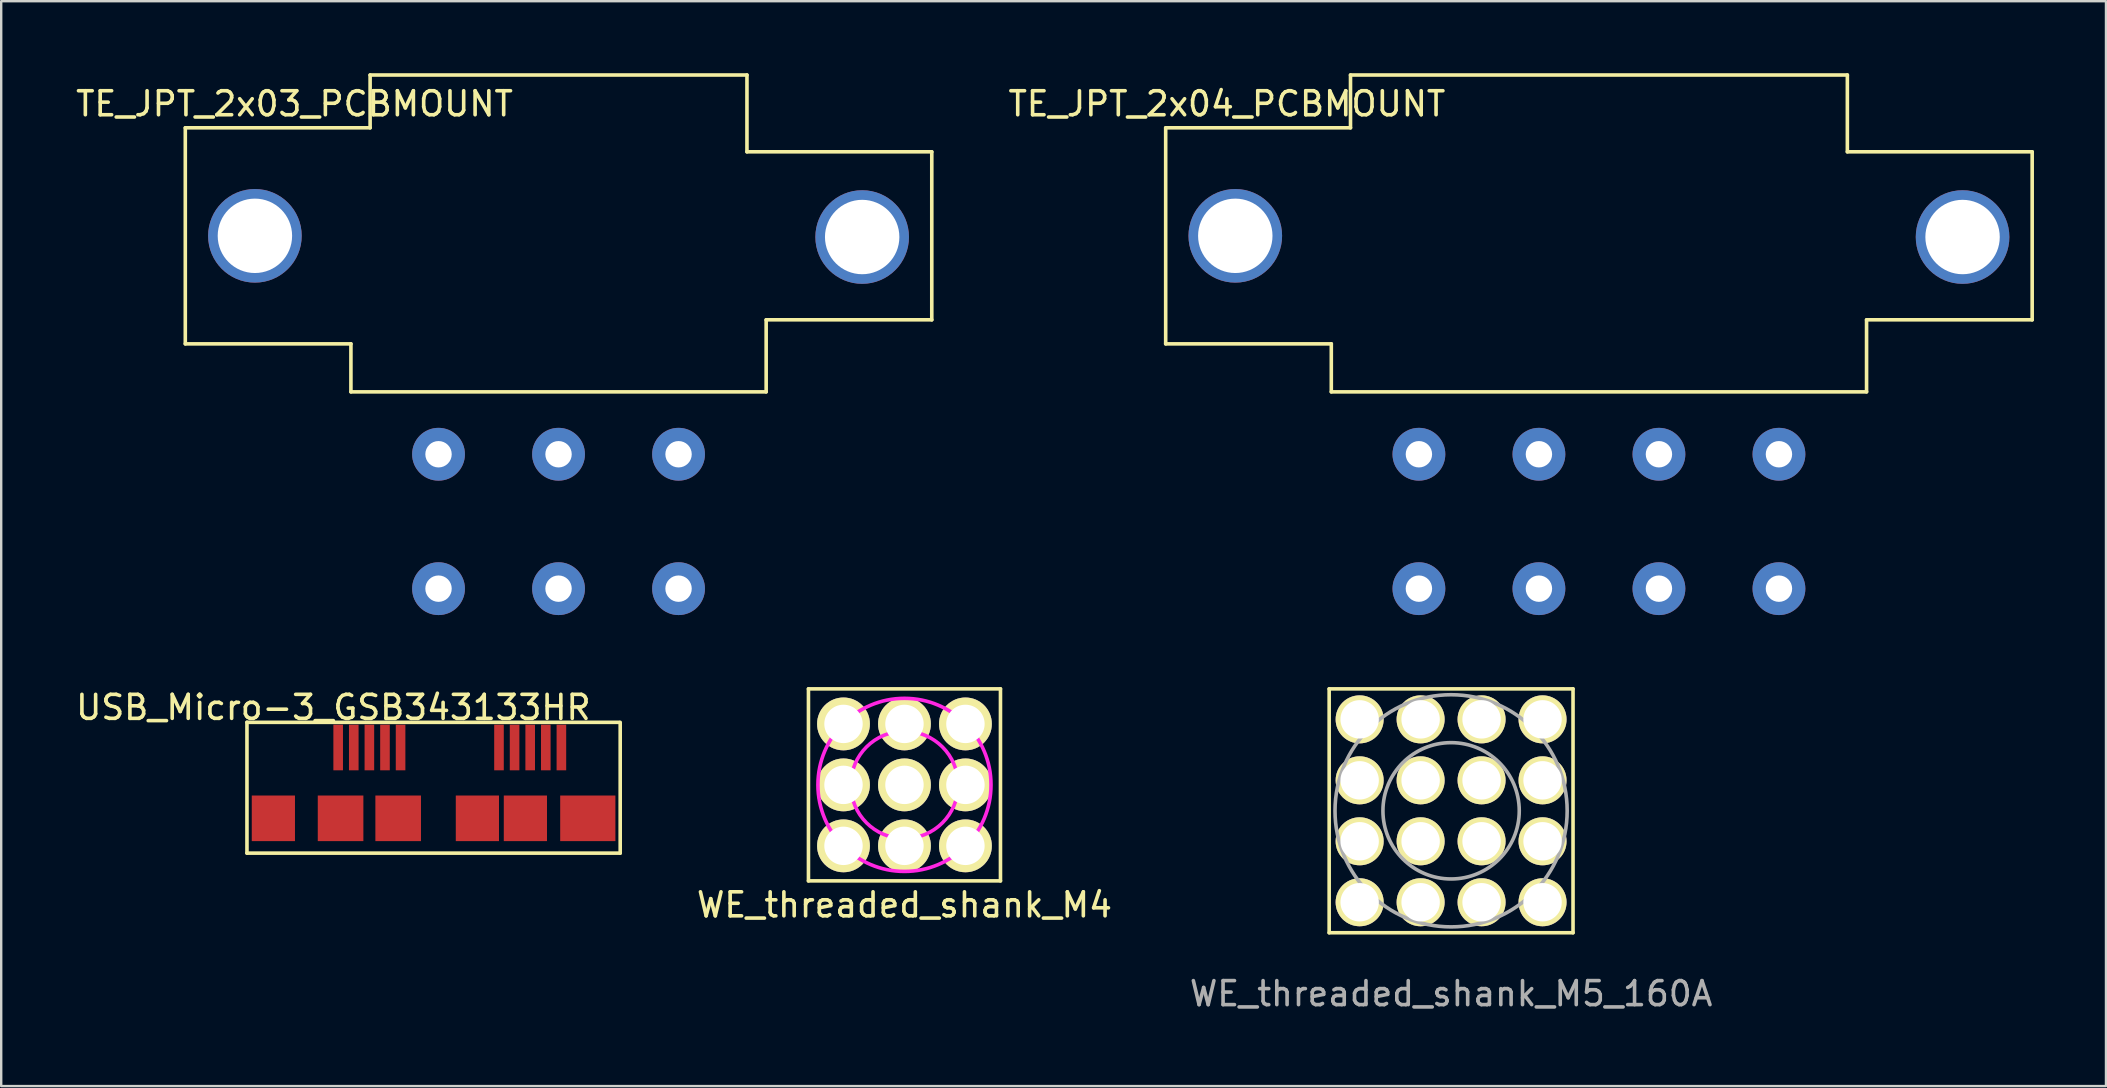
<source format=kicad_pcb>
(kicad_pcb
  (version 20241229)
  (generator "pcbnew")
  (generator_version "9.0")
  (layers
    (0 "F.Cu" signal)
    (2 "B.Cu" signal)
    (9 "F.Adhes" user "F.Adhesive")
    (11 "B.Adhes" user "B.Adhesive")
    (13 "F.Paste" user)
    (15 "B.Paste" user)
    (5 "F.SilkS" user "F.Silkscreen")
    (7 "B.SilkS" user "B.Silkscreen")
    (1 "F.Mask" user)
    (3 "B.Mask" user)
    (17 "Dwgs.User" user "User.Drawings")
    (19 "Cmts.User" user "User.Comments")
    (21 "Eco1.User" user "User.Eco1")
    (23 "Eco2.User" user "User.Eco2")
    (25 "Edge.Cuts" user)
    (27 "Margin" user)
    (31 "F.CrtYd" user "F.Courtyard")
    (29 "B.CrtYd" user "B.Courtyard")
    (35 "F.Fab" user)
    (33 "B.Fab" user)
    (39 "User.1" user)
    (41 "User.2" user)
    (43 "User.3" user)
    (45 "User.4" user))
  (footprint "WE_threaded_shank_M5_160A"
    (layer "F.Cu")
    (at 57.406 30.73)
    (property "Reference" "WE_threaded_shank_M5_160A" (at 0 7.62 0) (layer "F.Fab") (effects (font (size 1 1) (thickness 0.15))))
    (attr through_hole)
    (fp_line (start -5.08 -5.08) (end 5.08 -5.08) (stroke (width 0.15) (type solid)) (layer "F.SilkS"))
    (fp_line (start -5.08 5.08) (end -5.08 -5.08) (stroke (width 0.15) (type solid)) (layer "F.SilkS"))
    (fp_line (start 5.08 -5.08) (end 5.08 5.08) (stroke (width 0.15) (type solid)) (layer "F.SilkS"))
    (fp_line (start 5.08 5.08) (end -5.08 5.08) (stroke (width 0.15) (type solid)) (layer "F.SilkS"))
    (fp_circle (center 0 0) (end 2.54 -1.27) (stroke (width 0.15) (type solid)) (fill no) (layer "F.Fab"))
    (fp_circle (center 0 0) (end 4.445 -1.905) (stroke (width 0.15) (type solid)) (fill no) (layer "F.Fab"))
    (pad "1" thru_hole circle (at -3.81 -3.81) (size 2 2) (drill 1.6) (layers "*.Cu" "*.Mask" "F.SilkS"))
    (pad "1" thru_hole circle (at -3.81 -1.27) (size 2 2) (drill 1.6) (layers "*.Cu" "*.Mask" "F.SilkS"))
    (pad "1" thru_hole circle (at -3.81 1.27) (size 2 2) (drill 1.6) (layers "*.Cu" "*.Mask" "F.SilkS"))
    (pad "1" thru_hole circle (at -3.81 3.81) (size 2 2) (drill 1.6) (layers "*.Cu" "*.Mask" "F.SilkS"))
    (pad "1" thru_hole circle (at -1.27 -3.81) (size 2 2) (drill 1.6) (layers "*.Cu" "*.Mask" "F.SilkS"))
    (pad "1" thru_hole circle (at -1.27 -1.27) (size 2 2) (drill 1.6) (layers "*.Cu" "*.Mask" "F.SilkS"))
    (pad "1" thru_hole circle (at -1.27 1.27) (size 2 2) (drill 1.6) (layers "*.Cu" "*.Mask" "F.SilkS"))
    (pad "1" thru_hole circle (at -1.27 3.81) (size 2 2) (drill 1.6) (layers "*.Cu" "*.Mask" "F.SilkS"))
    (pad "1" thru_hole circle (at 1.27 -3.81) (size 2 2) (drill 1.6) (layers "*.Cu" "*.Mask" "F.SilkS"))
    (pad "1" thru_hole circle (at 1.27 -1.27) (size 2 2) (drill 1.6) (layers "*.Cu" "*.Mask" "F.SilkS"))
    (pad "1" thru_hole circle (at 1.27 1.27) (size 2 2) (drill 1.6) (layers "*.Cu" "*.Mask" "F.SilkS"))
    (pad "1" thru_hole circle (at 1.27 3.81) (size 2 2) (drill 1.6) (layers "*.Cu" "*.Mask" "F.SilkS"))
    (pad "1" thru_hole circle (at 3.81 -3.81) (size 2 2) (drill 1.6) (layers "*.Cu" "*.Mask" "F.SilkS"))
    (pad "1" thru_hole circle (at 3.81 -1.27) (size 2 2) (drill 1.6) (layers "*.Cu" "*.Mask" "F.SilkS"))
    (pad "1" thru_hole circle (at 3.81 1.27) (size 2 2) (drill 1.6) (layers "*.Cu" "*.Mask" "F.SilkS"))
    (pad "1" thru_hole circle (at 3.81 3.81) (size 2 2) (drill 1.6) (layers "*.Cu" "*.Mask" "F.SilkS")))
  (footprint "WE_threaded_shank_M4"
    (layer "F.Cu")
    (at 34.632 29.65)
    (property "Reference" "WE_threaded_shank_M4" (at 0 5 0) (layer "F.SilkS") (effects (font (size 1 1) (thickness 0.15))))
    (attr through_hole)
    (fp_line (start -4 -4) (end 4 -4) (stroke (width 0.15) (type solid)) (layer "F.SilkS"))
    (fp_line (start -4 4) (end -4 -4) (stroke (width 0.15) (type solid)) (layer "F.SilkS"))
    (fp_line (start 4 -4) (end 4 4) (stroke (width 0.15) (type solid)) (layer "F.SilkS"))
    (fp_line (start 4 4) (end -4 4) (stroke (width 0.15) (type solid)) (layer "F.SilkS"))
    (fp_circle (center 0 0) (end 2 -3) (stroke (width 0.15) (type solid)) (fill no) (layer "F.CrtYd"))
    (fp_circle (center 0 0) (end 2 -1) (stroke (width 0.15) (type solid)) (fill no) (layer "F.CrtYd"))
    (pad "1" thru_hole circle (at -2.54 -2.54) (size 2.2 2.2) (drill 1.6) (layers "*.Cu" "*.Mask" "F.SilkS"))
    (pad "1" thru_hole circle (at -2.54 0) (size 2.2 2.2) (drill 1.6) (layers "*.Cu" "*.Mask" "F.SilkS"))
    (pad "1" thru_hole circle (at -2.54 2.54) (size 2.2 2.2) (drill 1.6) (layers "*.Cu" "*.Mask" "F.SilkS"))
    (pad "1" thru_hole circle (at 0 -2.54) (size 2.2 2.2) (drill 1.6) (layers "*.Cu" "*.Mask" "F.SilkS"))
    (pad "1" thru_hole circle (at 0 0) (size 2.2 2.2) (drill 1.6) (layers "*.Cu" "*.Mask" "F.SilkS"))
    (pad "1" thru_hole circle (at 0 2.54) (size 2.2 2.2) (drill 1.6) (layers "*.Cu" "*.Mask" "F.SilkS"))
    (pad "1" thru_hole circle (at 2.54 -2.54) (size 2.2 2.2) (drill 1.6) (layers "*.Cu" "*.Mask" "F.SilkS"))
    (pad "1" thru_hole circle (at 2.54 0) (size 2.2 2.2) (drill 1.6) (layers "*.Cu" "*.Mask" "F.SilkS"))
    (pad "1" thru_hole circle (at 2.54 2.54) (size 2.2 2.2) (drill 1.6) (layers "*.Cu" "*.Mask" "F.SilkS")))
  (footprint "TE_JPT_2x03_PCBMOUNT"
    (layer "F.Cu")
    (at 20.22 6.775)
    (property "Reference" "TE_JPT_2x03_PCBMOUNT" (at -11 -5.5 0) (layer "F.SilkS") (effects (font (size 1 1) (thickness 0.15))))
    (attr through_hole)
    (fp_line (start -15.55 4.5) (end -15.55 -4.5) (stroke (width 0.15) (type solid)) (layer "F.SilkS"))
    (fp_line (start -8.65 4.5) (end -15.55 4.5) (stroke (width 0.15) (type solid)) (layer "F.SilkS"))
    (fp_line (start -8.65 4.5) (end -8.65 6.5) (stroke (width 0.15) (type solid)) (layer "F.SilkS"))
    (fp_line (start -8.65 6.5) (end 8.65 6.5) (stroke (width 0.15) (type solid)) (layer "F.SilkS"))
    (fp_line (start -7.85 -6.7) (end -7.85 -4.5) (stroke (width 0.15) (type solid)) (layer "F.SilkS"))
    (fp_line (start -7.85 -4.5) (end -15.55 -4.5) (stroke (width 0.15) (type solid)) (layer "F.SilkS"))
    (fp_line (start 7.85 -6.7) (end -7.85 -6.7) (stroke (width 0.15) (type solid)) (layer "F.SilkS"))
    (fp_line (start 7.85 -3.5) (end 7.85 -6.7) (stroke (width 0.15) (type solid)) (layer "F.SilkS"))
    (fp_line (start 8.65 3.5) (end 15.55 3.5) (stroke (width 0.15) (type solid)) (layer "F.SilkS"))
    (fp_line (start 8.65 6.5) (end 8.65 3.5) (stroke (width 0.15) (type solid)) (layer "F.SilkS"))
    (fp_line (start 15.55 -3.5) (end 7.85 -3.5) (stroke (width 0.15) (type solid)) (layer "F.SilkS"))
    (fp_line (start 15.55 3.5) (end 15.55 -3.5) (stroke (width 0.15) (type solid)) (layer "F.SilkS"))
    (pad "" np_thru_hole circle (at -12.65 0) (size 3.9 3.9) (drill 3.1) (layers "*.Cu" "*.Mask"))
    (pad "" np_thru_hole circle (at 12.65 0.05) (size 3.9 3.9) (drill 3.1) (layers "*.Cu" "*.Mask"))
    (pad "1" thru_hole circle (at -5 9.1) (size 2.2 2.2) (drill 1.1) (layers "*.Cu" "*.Mask"))
    (pad "2" thru_hole circle (at -5 14.7) (size 2.2 2.2) (drill 1.1) (layers "*.Cu" "*.Mask"))
    (pad "3" thru_hole circle (at 0 9.1) (size 2.2 2.2) (drill 1.1) (layers "*.Cu" "*.Mask"))
    (pad "4" thru_hole circle (at 0 14.7) (size 2.2 2.2) (drill 1.1) (layers "*.Cu" "*.Mask"))
    (pad "5" thru_hole circle (at 5 9.1) (size 2.2 2.2) (drill 1.1) (layers "*.Cu" "*.Mask"))
    (pad "6" thru_hole circle (at 5 14.7) (size 2.2 2.2) (drill 1.1) (layers "*.Cu" "*.Mask")))
  (footprint "TE_JPT_2x04_PCBMOUNT"
    (layer "F.Cu")
    (at 63.565 6.775)
    (property "Reference" "TE_JPT_2x04_PCBMOUNT" (at -15.5 -5.5 0) (layer "F.SilkS") (effects (font (size 1 1) (thickness 0.15))))
    (attr through_hole)
    (fp_line (start -18.05 4.5) (end -18.05 -4.5) (stroke (width 0.15) (type solid)) (layer "F.SilkS"))
    (fp_line (start -11.15 4.5) (end -18.05 4.5) (stroke (width 0.15) (type solid)) (layer "F.SilkS"))
    (fp_line (start -11.15 4.5) (end -11.15 6.5) (stroke (width 0.15) (type solid)) (layer "F.SilkS"))
    (fp_line (start -11.15 6.5) (end 11.15 6.5) (stroke (width 0.15) (type solid)) (layer "F.SilkS"))
    (fp_line (start -10.35 -6.7) (end -10.35 -4.5) (stroke (width 0.15) (type solid)) (layer "F.SilkS"))
    (fp_line (start -10.35 -4.5) (end -18.05 -4.5) (stroke (width 0.15) (type solid)) (layer "F.SilkS"))
    (fp_line (start 10.35 -6.7) (end -10.35 -6.7) (stroke (width 0.15) (type solid)) (layer "F.SilkS"))
    (fp_line (start 10.35 -3.5) (end 10.35 -6.7) (stroke (width 0.15) (type solid)) (layer "F.SilkS"))
    (fp_line (start 11.15 3.5) (end 18.05 3.5) (stroke (width 0.15) (type solid)) (layer "F.SilkS"))
    (fp_line (start 11.15 6.5) (end 11.15 3.5) (stroke (width 0.15) (type solid)) (layer "F.SilkS"))
    (fp_line (start 18.05 -3.5) (end 10.35 -3.5) (stroke (width 0.15) (type solid)) (layer "F.SilkS"))
    (fp_line (start 18.05 3.5) (end 18.05 -3.5) (stroke (width 0.15) (type solid)) (layer "F.SilkS"))
    (pad "" np_thru_hole circle (at -15.15 0) (size 3.9 3.9) (drill 3.1) (layers "*.Cu" "*.Mask"))
    (pad "" np_thru_hole circle (at 15.15 0.05) (size 3.9 3.9) (drill 3.1) (layers "*.Cu" "*.Mask"))
    (pad "1" thru_hole circle (at -7.5 9.1) (size 2.2 2.2) (drill 1.1) (layers "*.Cu" "*.Mask"))
    (pad "2" thru_hole circle (at -7.5 14.7) (size 2.2 2.2) (drill 1.1) (layers "*.Cu" "*.Mask"))
    (pad "3" thru_hole circle (at -2.5 9.1) (size 2.2 2.2) (drill 1.1) (layers "*.Cu" "*.Mask"))
    (pad "4" thru_hole circle (at -2.5 14.7) (size 2.2 2.2) (drill 1.1) (layers "*.Cu" "*.Mask"))
    (pad "5" thru_hole circle (at 2.5 9.1) (size 2.2 2.2) (drill 1.1) (layers "*.Cu" "*.Mask"))
    (pad "6" thru_hole circle (at 2.5 14.7) (size 2.2 2.2) (drill 1.1) (layers "*.Cu" "*.Mask"))
    (pad "7" thru_hole circle (at 7.5 9.1) (size 2.2 2.2) (drill 1.1) (layers "*.Cu" "*.Mask"))
    (pad "8" thru_hole circle (at 7.5 14.7) (size 2.2 2.2) (drill 1.1) (layers "*.Cu" "*.Mask")))
  (footprint "USB_Micro-3_GSB343133HR"
    (layer "F.Cu")
    (at 12.339 31.043)
    (property "Reference" "USB_Micro-3_GSB343133HR" (at -1.5 -4.62 0) (layer "F.SilkS") (effects (font (size 1 1) (thickness 0.15))))
    (attr smd)
    (fp_line (start -5.1 -4) (end 10.4 -4) (stroke (width 0.15) (type solid)) (layer "F.SilkS"))
    (fp_line (start -5.1 1.45) (end -5.1 -4) (stroke (width 0.15) (type solid)) (layer "F.SilkS"))
    (fp_line (start -5.1 1.45) (end 10.45 1.45) (stroke (width 0.15) (type solid)) (layer "F.SilkS"))
    (fp_line (start 10.45 -4) (end 10.45 1.45) (stroke (width 0.15) (type solid)) (layer "F.SilkS"))
    (pad "1" smd rect (at -1.3 -2.95 90) (size 1.9 0.4) (layers "F.Cu" "F.Mask" "F.Paste"))
    (pad "2" smd rect (at -0.65 -2.95 90) (size 1.9 0.4) (layers "F.Cu" "F.Mask" "F.Paste"))
    (pad "3" smd rect (at 0 -2.95 90) (size 1.9 0.4) (layers "F.Cu" "F.Mask" "F.Paste"))
    (pad "4" smd rect (at 0.65 -2.95 90) (size 1.9 0.4) (layers "F.Cu" "F.Mask" "F.Paste"))
    (pad "5" smd rect (at 1.3 -2.95 90) (size 1.9 0.4) (layers "F.Cu" "F.Mask" "F.Paste"))
    (pad "6" smd rect (at 5.4 -2.95 90) (size 1.9 0.4) (layers "F.Cu" "F.Mask" "F.Paste"))
    (pad "7" smd rect (at 6.05 -2.95 90) (size 1.9 0.4) (layers "F.Cu" "F.Mask" "F.Paste"))
    (pad "8" smd rect (at 6.7 -2.95 90) (size 1.9 0.4) (layers "F.Cu" "F.Mask" "F.Paste"))
    (pad "9" smd rect (at 7.35 -2.95 90) (size 1.9 0.4) (layers "F.Cu" "F.Mask" "F.Paste"))
    (pad "10" smd rect (at 8 -2.95 90) (size 1.9 0.4) (layers "F.Cu" "F.Mask" "F.Paste"))
    (pad "11" smd rect (at -4 0) (size 1.8 1.9) (layers "F.Cu" "F.Mask" "F.Paste"))
    (pad "11" smd rect (at -1.2 0) (size 1.9 1.9) (layers "F.Cu" "F.Mask" "F.Paste"))
    (pad "11" smd rect (at 1.2 0) (size 1.9 1.9) (layers "F.Cu" "F.Mask" "F.Paste"))
    (pad "11" smd rect (at 4.5 0) (size 1.8 1.9) (layers "F.Cu" "F.Mask" "F.Paste"))
    (pad "11" smd rect (at 6.5 0) (size 1.8 1.9) (layers "F.Cu" "F.Mask" "F.Paste"))
    (pad "11" smd rect (at 9.1 0) (size 2.3 1.9) (layers "F.Cu" "F.Mask" "F.Paste")))
  (gr_rect
    (start -3 -3)
    (end 84.69 42.198)
    (stroke (width 0.1) (type default))
    (fill no)
    (layer "Edge.Cuts")))
</source>
